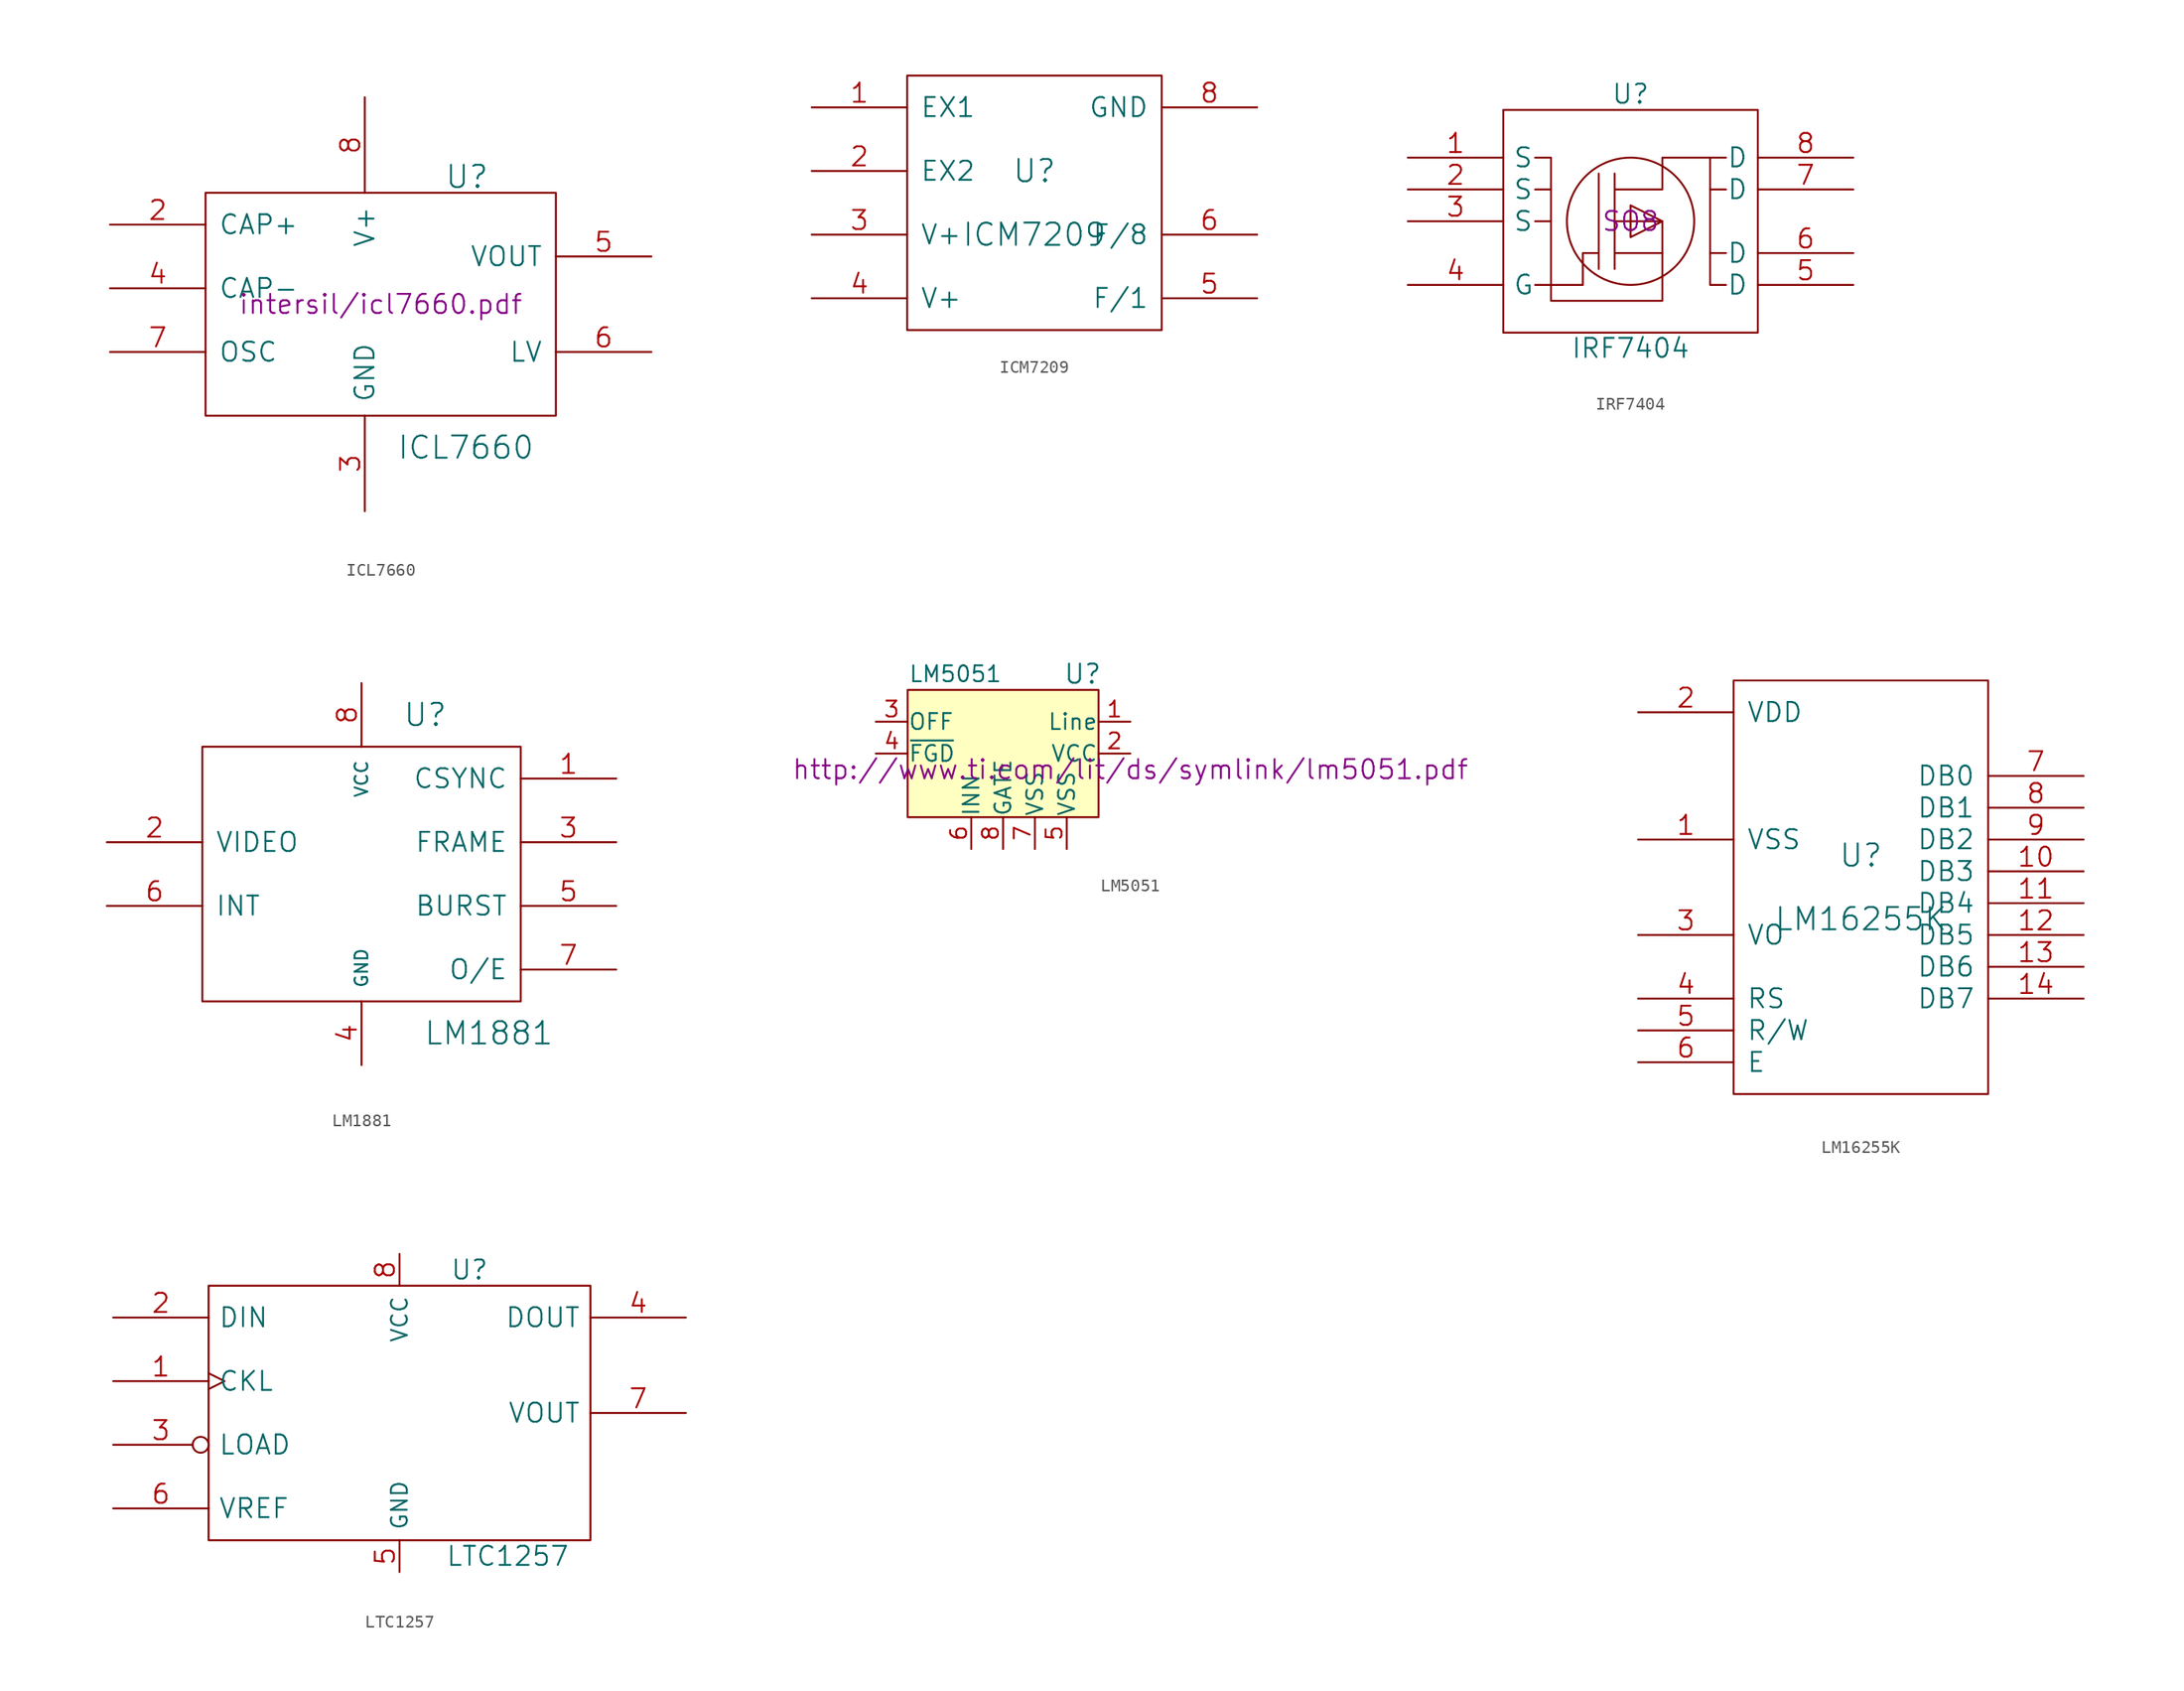
<source format=kicad_sym>
(kicad_symbol_lib
  (version 20211014)
  (generator kicad_symbol_editor)
  (symbol "ICL7660"
    (pin_names
      (offset 1.016))
    (property "Reference" "U"
      (at 5.08 10.16 0)
      (effects (font (size 1.778 1.778)) (justify left)))
    (property "Value" "ICL7660"
      (at 1.27 -11.43 0)
      (effects (font (size 1.778 1.778)) (justify left)))
    (property "Footprint" ""
      (at 0 0 0)
      (effects (font (size 1.524 1.524))))
    (property "Datasheet" "intersil/icl7660.pdf"
      (at 0 0 0)
      (effects (font (size 1.524 1.524))))
    (symbol "ICL7660_0_1"
      (rectangle (start -13.97 -8.89) (end 13.97 8.89) (stroke (width 0) (type default) (color 0 0 0 0)) (fill (type none))))
    (symbol "ICL7660_1_1"
      (pin input line (at -21.59 6.35 0) (length 7.62) (name "CAP+" (effects (font (size 1.524 1.524)))) (number "2" (effects (font (size 1.524 1.524)))))
      (pin power_in line (at -1.27 -16.51 90) (length 7.62) (name "GND" (effects (font (size 1.524 1.524)))) (number "3" (effects (font (size 1.524 1.524)))))
      (pin input line (at -21.59 1.27 0) (length 7.62) (name "CAP-" (effects (font (size 1.524 1.524)))) (number "4" (effects (font (size 1.524 1.524)))))
      (pin power_out line (at 21.59 3.81 180) (length 7.62) (name "VOUT" (effects (font (size 1.524 1.524)))) (number "5" (effects (font (size 1.524 1.524)))))
      (pin input line (at 21.59 -3.81 180) (length 7.62) (name "LV" (effects (font (size 1.524 1.524)))) (number "6" (effects (font (size 1.524 1.524)))))
      (pin input line (at -21.59 -3.81 0) (length 7.62) (name "OSC" (effects (font (size 1.524 1.524)))) (number "7" (effects (font (size 1.524 1.524)))))
      (pin power_in line (at -1.27 16.51 270) (length 7.62) (name "V+" (effects (font (size 1.524 1.524)))) (number "8" (effects (font (size 1.524 1.524)))))))
  (symbol "ICM7209"
    (pin_names
      (offset 1.016))
    (property "Reference" "U"
      (at 0 2.54 0)
      (effects (font (size 1.778 1.778))))
    (property "Value" "ICM7209"
      (at 0 -2.54 0)
      (effects (font (size 1.778 1.778))))
    (property "Footprint" ""
      (at 0 0 0)
      (effects (font (size 1.524 1.524))))
    (property "Datasheet" ""
      (at 0 0 0)
      (effects (font (size 1.524 1.524))))
    (symbol "ICM7209_0_1"
      (rectangle (start -10.16 -10.16) (end 10.16 10.16) (stroke (width 0) (type default) (color 0 0 0 0)) (fill (type none))))
    (symbol "ICM7209_1_1"
      (pin input line (at -17.78 7.62 0) (length 7.62) (name "EX1" (effects (font (size 1.524 1.524)))) (number "1" (effects (font (size 1.524 1.524)))))
      (pin input line (at -17.78 2.54 0) (length 7.62) (name "EX2" (effects (font (size 1.524 1.524)))) (number "2" (effects (font (size 1.524 1.524)))))
      (pin passive line (at -17.78 -2.54 0) (length 7.62) (name "V+" (effects (font (size 1.524 1.524)))) (number "3" (effects (font (size 1.524 1.524)))))
      (pin passive line (at -17.78 -7.62 0) (length 7.62) (name "V+" (effects (font (size 1.524 1.524)))) (number "4" (effects (font (size 1.524 1.524)))))
      (pin output line (at 17.78 -7.62 180) (length 7.62) (name "F/1" (effects (font (size 1.524 1.524)))) (number "5" (effects (font (size 1.524 1.524)))))
      (pin output line (at 17.78 -2.54 180) (length 7.62) (name "F/8" (effects (font (size 1.524 1.524)))) (number "6" (effects (font (size 1.524 1.524)))))
      (pin passive line (at 17.78 7.62 180) (length 7.62) (name "GND" (effects (font (size 1.524 1.524)))) (number "8" (effects (font (size 1.524 1.524)))))))
  (symbol "IRF7404"
    (pin_names
      (offset 0.762))
    (property "Reference" "U"
      (at 0 10.16 0)
      (effects (font (size 1.524 1.524))))
    (property "Value" "IRF7404"
      (at 0 -10.135 0)
      (effects (font (size 1.524 1.524))))
    (property "Footprint" ""
      (at 0 0 0)
      (effects (font (size 1.524 1.524))))
    (property "Datasheet" "SO8"
      (at 0 0 0)
      (effects (font (size 1.524 1.524))))
    (symbol "IRF7404_0_1"
      (rectangle (start -10.16 -8.89) (end 10.16 8.89) (stroke (width 0) (type default) (color 0 0 0 0)) (fill (type none)))
      (polyline (pts (xy -7.62 0) (xy -6.35 0) (xy -6.35 0)) (stroke (width 0) (type default) (color 0 0 0 0)) (fill (type none)))
      (polyline (pts (xy -7.62 2.54) (xy -6.35 2.54) (xy -6.35 2.54)) (stroke (width 0) (type default) (color 0 0 0 0)) (fill (type none)))
      (polyline (pts (xy -2.54 3.81) (xy -2.54 -3.81) (xy -2.54 -3.81)) (stroke (width 0) (type default) (color 0 0 0 0)) (fill (type none)))
      (polyline (pts (xy -1.27 3.81) (xy -1.27 -3.81) (xy -1.27 -3.81)) (stroke (width 0) (type default) (color 0 0 0 0)) (fill (type none)))
      (polyline (pts (xy 6.35 -2.54) (xy 6.35 -5.08) (xy 7.62 -5.08) (xy 7.62 -5.08)) (stroke (width 0) (type default) (color 0 0 0 0)) (fill (type none)))
      (polyline (pts (xy 6.35 2.54) (xy 6.35 -2.54) (xy 7.62 -2.54) (xy 7.62 -2.54)) (stroke (width 0) (type default) (color 0 0 0 0)) (fill (type none)))
      (polyline (pts (xy 6.35 5.08) (xy 6.35 2.54) (xy 7.62 2.54) (xy 7.62 2.54)) (stroke (width 0) (type default) (color 0 0 0 0)) (fill (type none)))
      (polyline (pts (xy -7.62 -5.08) (xy -3.81 -5.08) (xy -3.81 -2.54) (xy -2.54 -2.54) (xy -2.54 -2.54)) (stroke (width 0) (type default) (color 0 0 0 0)) (fill (type none)))
      (polyline (pts (xy -1.27 -2.54) (xy 2.54 -2.54) (xy 2.54 0) (xy -1.27 0) (xy -1.27 0)) (stroke (width 0) (type default) (color 0 0 0 0)) (fill (type none)))
      (polyline (pts (xy -1.27 2.54) (xy 2.54 2.54) (xy 2.54 5.08) (xy 7.62 5.08) (xy 7.62 5.08)) (stroke (width 0) (type default) (color 0 0 0 0)) (fill (type none)))
      (polyline (pts (xy 0 1.27) (xy 2.54 0) (xy 0 -1.27) (xy 0 1.27) (xy 0 1.27)) (stroke (width 0) (type default) (color 0 0 0 0)) (fill (type none)))
      (polyline (pts (xy 2.54 -2.54) (xy 2.54 -6.35) (xy -6.35 -6.35) (xy -6.35 5.08) (xy -7.62 5.08) (xy -7.62 5.08)) (stroke (width 0) (type default) (color 0 0 0 0)) (fill (type none)))
      (circle (center 0 0) (radius 5.08) (stroke (width 0) (type default) (color 0 0 0 0)) (fill (type none))))
    (symbol "IRF7404_1_1"
      (pin passive line (at -17.78 5.08 0) (length 7.62) (name "S" (effects (font (size 1.524 1.524)))) (number "1" (effects (font (size 1.524 1.524)))))
      (pin passive line (at -17.78 2.54 0) (length 7.62) (name "S" (effects (font (size 1.524 1.524)))) (number "2" (effects (font (size 1.524 1.524)))))
      (pin passive line (at -17.78 0 0) (length 7.62) (name "S" (effects (font (size 1.524 1.524)))) (number "3" (effects (font (size 1.524 1.524)))))
      (pin passive line (at -17.78 -5.08 0) (length 7.62) (name "G" (effects (font (size 1.524 1.524)))) (number "4" (effects (font (size 1.524 1.524)))))
      (pin passive line (at 17.78 -5.08 180) (length 7.62) (name "D" (effects (font (size 1.524 1.524)))) (number "5" (effects (font (size 1.524 1.524)))))
      (pin passive line (at 17.78 -2.54 180) (length 7.62) (name "D" (effects (font (size 1.524 1.524)))) (number "6" (effects (font (size 1.524 1.524)))))
      (pin passive line (at 17.78 2.54 180) (length 7.62) (name "D" (effects (font (size 1.524 1.524)))) (number "7" (effects (font (size 1.524 1.524)))))
      (pin passive line (at 17.78 5.08 180) (length 7.62) (name "D" (effects (font (size 1.524 1.524)))) (number "8" (effects (font (size 1.524 1.524)))))))
  (symbol "LM1881"
    (pin_names
      (offset 1.016))
    (property "Reference" "U"
      (at 5.08 12.7 0)
      (effects (font (size 1.778 1.778))))
    (property "Value" "LM1881"
      (at 10.16 -12.7 0)
      (effects (font (size 1.778 1.778))))
    (property "Footprint" ""
      (at 0 0 0)
      (effects (font (size 1.524 1.524))))
    (property "Datasheet" ""
      (at 0 0 0)
      (effects (font (size 1.524 1.524))))
    (symbol "LM1881_0_1"
      (rectangle (start -12.7 10.16) (end 12.7 -10.16) (stroke (width 0) (type default) (color 0 0 0 0)) (fill (type none))))
    (symbol "LM1881_1_1"
      (pin output line (at 20.32 7.62 180) (length 7.62) (name "CSYNC" (effects (font (size 1.524 1.524)))) (number "1" (effects (font (size 1.524 1.524)))))
      (pin input line (at -20.32 2.54 0) (length 7.62) (name "VIDEO" (effects (font (size 1.524 1.524)))) (number "2" (effects (font (size 1.524 1.524)))))
      (pin output line (at 20.32 2.54 180) (length 7.62) (name "FRAME" (effects (font (size 1.524 1.524)))) (number "3" (effects (font (size 1.524 1.524)))))
      (pin power_in line (at 0 -15.24 90) (length 5.08) (name "GND" (effects (font (size 1.016 1.016)))) (number "4" (effects (font (size 1.524 1.524)))))
      (pin output line (at 20.32 -2.54 180) (length 7.62) (name "BURST" (effects (font (size 1.524 1.524)))) (number "5" (effects (font (size 1.524 1.524)))))
      (pin input line (at -20.32 -2.54 0) (length 7.62) (name "INT" (effects (font (size 1.524 1.524)))) (number "6" (effects (font (size 1.524 1.524)))))
      (pin output line (at 20.32 -7.62 180) (length 7.62) (name "O/E" (effects (font (size 1.524 1.524)))) (number "7" (effects (font (size 1.524 1.524)))))
      (pin power_in line (at 0 15.24 270) (length 5.08) (name "VCC" (effects (font (size 1.016 1.016)))) (number "8" (effects (font (size 1.524 1.524)))))))
  (symbol "LM5051"
    (pin_names
      (offset 0.025))
    (property "Reference" "U"
      (at 6.35 6.35 0)
      (effects (font (size 1.524 1.524))))
    (property "Value" "LM5051"
      (at -3.81 6.35 0)
      (effects (font (size 1.27 1.27))))
    (property "Footprint" ""
      (at 10.16 -1.27 0)
      (effects (font (size 1.524 1.524))))
    (property "Datasheet" "http://www.ti.com/lit/ds/symlink/lm5051.pdf"
      (at 10.16 -1.27 0)
      (effects (font (size 1.524 1.524))))
    (symbol "LM5051_0_1"
      (rectangle (start -7.62 5.08) (end 7.62 -5.08) (stroke (width 0) (type default) (color 0 0 0 0)) (fill (type background))))
    (symbol "LM5051_1_1"
      (pin power_in line (at 10.16 2.54 180) (length 2.54) (name "Line" (effects (font (size 1.27 1.27)))) (number "1" (effects (font (size 1.27 1.27)))))
      (pin passive line (at 10.16 0 180) (length 2.54) (name "VCC" (effects (font (size 1.27 1.27)))) (number "2" (effects (font (size 1.27 1.27)))))
      (pin input line (at -10.16 2.54 0) (length 2.54) (name "OFF" (effects (font (size 1.27 1.27)))) (number "3" (effects (font (size 1.27 1.27)))))
      (pin open_collector line (at -10.16 0 0) (length 2.54) (name "~{FGD}" (effects (font (size 1.27 1.27)))) (number "4" (effects (font (size 1.27 1.27)))))
      (pin passive line (at 5.08 -7.62 90) (length 2.54) (name "VSS" (effects (font (size 1.27 1.27)))) (number "5" (effects (font (size 1.27 1.27)))))
      (pin input line (at -2.54 -7.62 90) (length 2.54) (name "INN" (effects (font (size 1.27 1.27)))) (number "6" (effects (font (size 1.27 1.27)))))
      (pin passive line (at 2.54 -7.62 90) (length 2.54) (name "VSS" (effects (font (size 1.27 1.27)))) (number "7" (effects (font (size 1.27 1.27)))))
      (pin output line (at 0 -7.62 90) (length 2.54) (name "GATE" (effects (font (size 1.27 1.27)))) (number "8" (effects (font (size 1.27 1.27)))))))
  (symbol "LM16255K"
    (pin_names
      (offset 1.016))
    (property "Reference" "U"
      (at 0 2.54 0)
      (effects (font (size 1.778 1.778))))
    (property "Value" "LM16255K"
      (at 0 -2.54 0)
      (effects (font (size 1.778 1.778))))
    (property "Footprint" ""
      (at 0 0 0)
      (effects (font (size 1.524 1.524))))
    (property "Datasheet" ""
      (at 0 0 0)
      (effects (font (size 1.524 1.524))))
    (symbol "LM16255K_0_1"
      (rectangle (start -10.16 -16.51) (end 10.16 16.51) (stroke (width 0) (type default) (color 0 0 0 0)) (fill (type none))))
    (symbol "LM16255K_1_1"
      (pin passive line (at -17.78 3.81 0) (length 7.62) (name "VSS" (effects (font (size 1.524 1.524)))) (number "1" (effects (font (size 1.524 1.524)))))
      (pin bidirectional line (at 17.78 1.27 180) (length 7.62) (name "DB3" (effects (font (size 1.524 1.524)))) (number "10" (effects (font (size 1.524 1.524)))))
      (pin bidirectional line (at 17.78 -1.27 180) (length 7.62) (name "DB4" (effects (font (size 1.524 1.524)))) (number "11" (effects (font (size 1.524 1.524)))))
      (pin bidirectional line (at 17.78 -3.81 180) (length 7.62) (name "DB5" (effects (font (size 1.524 1.524)))) (number "12" (effects (font (size 1.524 1.524)))))
      (pin bidirectional line (at 17.78 -6.35 180) (length 7.62) (name "DB6" (effects (font (size 1.524 1.524)))) (number "13" (effects (font (size 1.524 1.524)))))
      (pin bidirectional line (at 17.78 -8.89 180) (length 7.62) (name "DB7" (effects (font (size 1.524 1.524)))) (number "14" (effects (font (size 1.524 1.524)))))
      (pin passive line (at -17.78 13.97 0) (length 7.62) (name "VDD" (effects (font (size 1.524 1.524)))) (number "2" (effects (font (size 1.524 1.524)))))
      (pin input line (at -17.78 -3.81 0) (length 7.62) (name "VO" (effects (font (size 1.524 1.524)))) (number "3" (effects (font (size 1.524 1.524)))))
      (pin input line (at -17.78 -8.89 0) (length 7.62) (name "RS" (effects (font (size 1.524 1.524)))) (number "4" (effects (font (size 1.524 1.524)))))
      (pin input line (at -17.78 -11.43 0) (length 7.62) (name "R/W" (effects (font (size 1.524 1.524)))) (number "5" (effects (font (size 1.524 1.524)))))
      (pin input line (at -17.78 -13.97 0) (length 7.62) (name "E" (effects (font (size 1.524 1.524)))) (number "6" (effects (font (size 1.524 1.524)))))
      (pin bidirectional line (at 17.78 8.89 180) (length 7.62) (name "DB0" (effects (font (size 1.524 1.524)))) (number "7" (effects (font (size 1.524 1.524)))))
      (pin bidirectional line (at 17.78 6.35 180) (length 7.62) (name "DB1" (effects (font (size 1.524 1.524)))) (number "8" (effects (font (size 1.524 1.524)))))
      (pin bidirectional line (at 17.78 3.81 180) (length 7.62) (name "DB2" (effects (font (size 1.524 1.524)))) (number "9" (effects (font (size 1.524 1.524)))))))
  (symbol "LTC1257"
    (pin_names
      (offset 0.762))
    (property "Reference" "U"
      (at 5.588 11.43 0)
      (effects (font (size 1.524 1.524))))
    (property "Value" "LTC1257"
      (at 8.636 -11.43 0)
      (effects (font (size 1.524 1.524))))
    (property "Footprint" ""
      (at 0 0 0)
      (effects (font (size 1.524 1.524))))
    (property "Datasheet" ""
      (at 0 0 0)
      (effects (font (size 1.524 1.524))))
    (symbol "LTC1257_0_1"
      (rectangle (start -15.24 -10.16) (end 15.24 10.16) (stroke (width 0) (type default) (color 0 0 0 0)) (fill (type none))))
    (symbol "LTC1257_1_1"
      (pin input clock (at -22.86 2.54 0) (length 7.62) (name "CKL" (effects (font (size 1.524 1.524)))) (number "1" (effects (font (size 1.524 1.524)))))
      (pin input line (at -22.86 7.62 0) (length 7.62) (name "DIN" (effects (font (size 1.524 1.524)))) (number "2" (effects (font (size 1.524 1.524)))))
      (pin input inverted (at -22.86 -2.54 0) (length 7.62) (name "LOAD" (effects (font (size 1.524 1.524)))) (number "3" (effects (font (size 1.524 1.524)))))
      (pin output line (at 22.86 7.62 180) (length 7.62) (name "DOUT" (effects (font (size 1.524 1.524)))) (number "4" (effects (font (size 1.524 1.524)))))
      (pin power_in line (at 0 -12.7 90) (length 2.54) (name "GND" (effects (font (size 1.27 1.27)))) (number "5" (effects (font (size 1.524 1.524)))))
      (pin input line (at -22.86 -7.62 0) (length 7.62) (name "VREF" (effects (font (size 1.524 1.524)))) (number "6" (effects (font (size 1.524 1.524)))))
      (pin output line (at 22.86 0 180) (length 7.62) (name "VOUT" (effects (font (size 1.524 1.524)))) (number "7" (effects (font (size 1.524 1.524)))))
      (pin power_in line (at 0 12.7 270) (length 2.54) (name "VCC" (effects (font (size 1.27 1.27)))) (number "8" (effects (font (size 1.524 1.524))))))))
</source>
